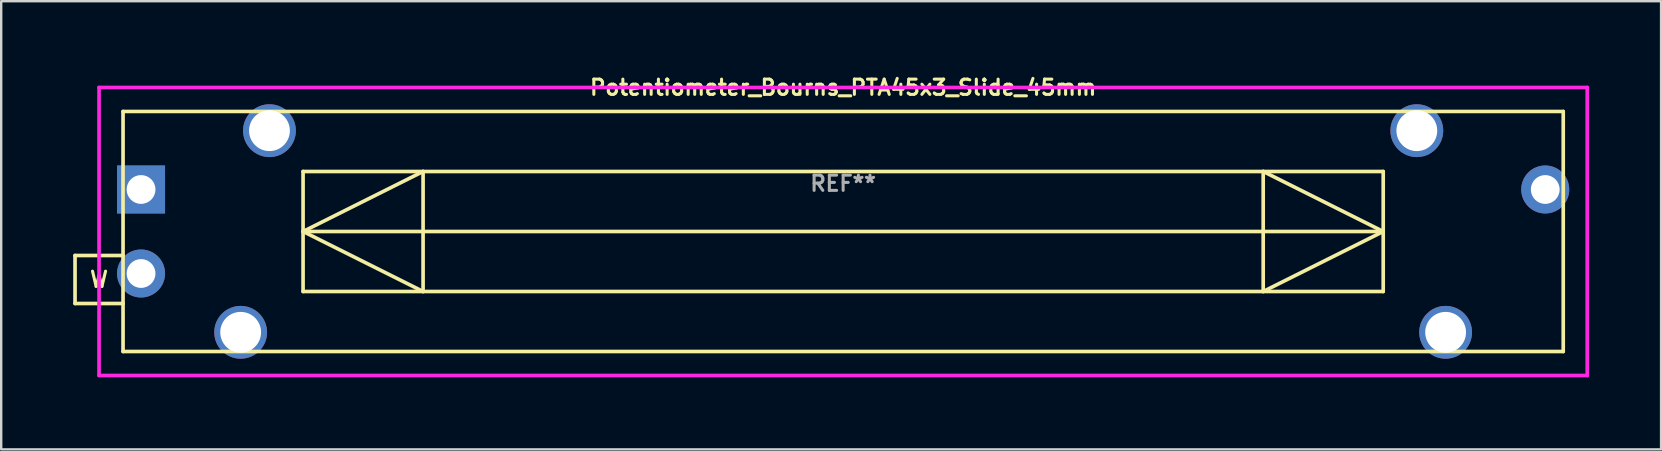
<source format=kicad_pcb>
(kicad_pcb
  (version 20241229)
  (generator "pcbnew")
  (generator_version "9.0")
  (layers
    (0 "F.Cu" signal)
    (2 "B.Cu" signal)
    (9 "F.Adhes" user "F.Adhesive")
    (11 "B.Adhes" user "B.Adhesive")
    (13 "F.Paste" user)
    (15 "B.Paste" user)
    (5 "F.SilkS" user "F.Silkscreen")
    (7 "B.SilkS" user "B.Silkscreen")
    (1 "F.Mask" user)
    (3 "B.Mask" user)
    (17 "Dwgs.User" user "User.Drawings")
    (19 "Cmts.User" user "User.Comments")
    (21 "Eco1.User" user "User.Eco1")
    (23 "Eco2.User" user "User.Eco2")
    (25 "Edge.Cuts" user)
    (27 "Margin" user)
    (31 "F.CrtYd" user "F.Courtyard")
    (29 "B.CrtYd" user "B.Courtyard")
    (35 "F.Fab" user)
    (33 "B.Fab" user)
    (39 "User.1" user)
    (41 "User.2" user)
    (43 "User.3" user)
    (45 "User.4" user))
  (footprint "Potentiometer_Bourns_PTA45x3_Slide_45mm"
    (layer "F.Cu")
    (at 32.076 6.594)
    (property "Reference" "Potentiometer_Bourns_PTA45x3_Slide_45mm" (at 0 -6 0) (layer "F.SilkS") (effects (font (size 0.635 0.635) (thickness 0.127))))
    (attr through_hole)
    (fp_line (start -32 1) (end -32 3) (stroke (width 0.152) (type solid)) (layer "F.SilkS"))
    (fp_line (start -32 3) (end -30 3) (stroke (width 0.152) (type solid)) (layer "F.SilkS"))
    (fp_line (start -30 -5) (end 30 -5) (stroke (width 0.152) (type solid)) (layer "F.SilkS"))
    (fp_line (start -30 1) (end -32 1) (stroke (width 0.152) (type solid)) (layer "F.SilkS"))
    (fp_line (start -30 5) (end -30 -5) (stroke (width 0.152) (type solid)) (layer "F.SilkS"))
    (fp_line (start -30 5) (end 30 5) (stroke (width 0.152) (type solid)) (layer "F.SilkS"))
    (fp_line (start -22.5 -2.5) (end -22.5 2.5) (stroke (width 0.152) (type solid)) (layer "F.SilkS"))
    (fp_line (start -22.5 0) (end -17.5 -2.5) (stroke (width 0.152) (type solid)) (layer "F.SilkS"))
    (fp_line (start -22.5 0) (end 22.5 0) (stroke (width 0.152) (type solid)) (layer "F.SilkS"))
    (fp_line (start -22.5 2.5) (end 22.5 2.5) (stroke (width 0.152) (type solid)) (layer "F.SilkS"))
    (fp_line (start -17.5 -2.5) (end -17.5 2.5) (stroke (width 0.152) (type solid)) (layer "F.SilkS"))
    (fp_line (start -17.5 2.5) (end -22.5 0) (stroke (width 0.152) (type solid)) (layer "F.SilkS"))
    (fp_line (start 17.5 -2.5) (end 17.5 2.5) (stroke (width 0.152) (type solid)) (layer "F.SilkS"))
    (fp_line (start 17.5 2.5) (end 22.5 0) (stroke (width 0.152) (type solid)) (layer "F.SilkS"))
    (fp_line (start 22.5 -2.5) (end -22.5 -2.5) (stroke (width 0.152) (type solid)) (layer "F.SilkS"))
    (fp_line (start 22.5 0) (end 17.5 -2.5) (stroke (width 0.152) (type solid)) (layer "F.SilkS"))
    (fp_line (start 22.5 2.5) (end 22.5 -2.5) (stroke (width 0.152) (type solid)) (layer "F.SilkS"))
    (fp_line (start 30 5) (end 30 -5) (stroke (width 0.152) (type solid)) (layer "F.SilkS"))
    (fp_line (start -31 -6) (end 31 -6) (stroke (width 0.152) (type solid)) (layer "F.CrtYd"))
    (fp_line (start -31 6) (end -31 -6) (stroke (width 0.152) (type solid)) (layer "F.CrtYd"))
    (fp_line (start 31 -6) (end 31 6) (stroke (width 0.152) (type solid)) (layer "F.CrtYd"))
    (fp_line (start 31 6) (end -31 6) (stroke (width 0.152) (type solid)) (layer "F.CrtYd"))
    (fp_text user "W" (at -31 2 0) (layer "F.SilkS") (effects (font (size 0.635 0.635) (thickness 0.127))))
    (fp_text user "REF**" (at 0 -2 0) (layer "F.Fab") (effects (font (size 0.635 0.635) (thickness 0.127))))
    (pad "1" thru_hole rect (at -29.25 -1.75) (size 2 2) (drill 1.2) (layers "*.Cu" "*.Mask"))
    (pad "2" thru_hole circle (at -29.25 1.75) (size 2 2) (drill 1.2) (layers "*.Cu" "*.Mask"))
    (pad "3" thru_hole circle (at 29.25 -1.75) (size 2 2) (drill 1.2) (layers "*.Cu" "*.Mask"))
    (pad "4" thru_hole circle (at -25.1 4.2) (size 2.2 2.2) (drill 1.7) (layers "*.Cu" "*.Mask"))
    (pad "4" thru_hole circle (at -23.9 -4.2) (size 2.2 2.2) (drill 1.7) (layers "*.Cu" "*.Mask"))
    (pad "4" thru_hole circle (at 23.9 -4.2) (size 2.2 2.2) (drill 1.7) (layers "*.Cu" "*.Mask"))
    (pad "4" thru_hole circle (at 25.1 4.2) (size 2.2 2.2) (drill 1.7) (layers "*.Cu" "*.Mask")))
  (gr_rect
    (start -3 -3)
    (end 66.152 15.671)
    (stroke (width 0.1) (type default))
    (fill no)
    (layer "Edge.Cuts")))
</source>
